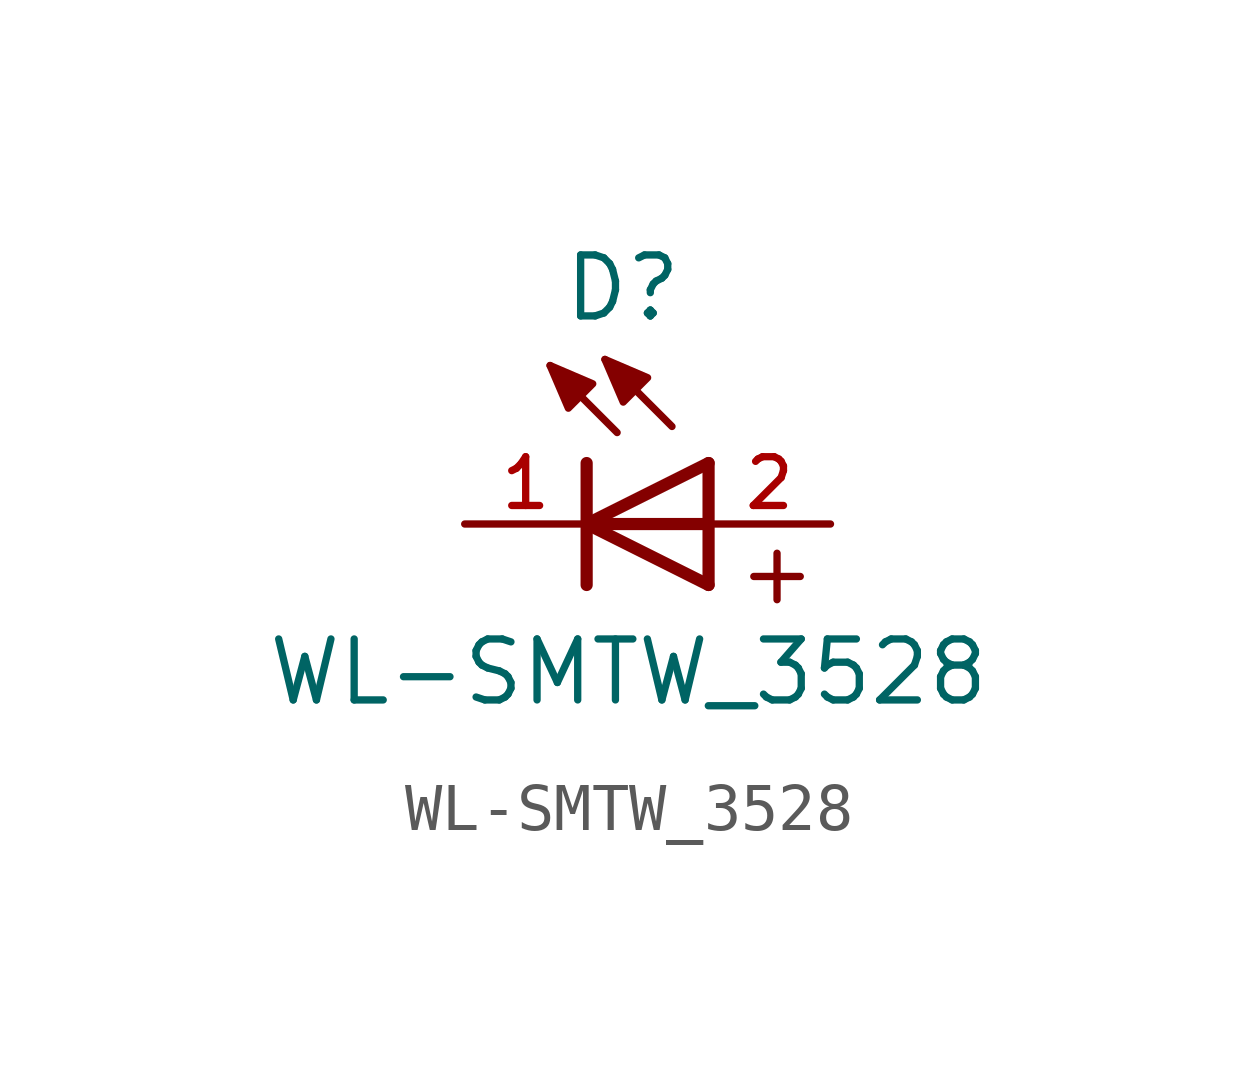
<source format=kicad_sym>
(kicad_symbol_lib
  (version 20211014)
  (generator kicad_symbol_editor)
  (symbol "WL-SMTW_3528"
    (pin_names
      (offset 1.016))
    (property "Reference" "D"
      (at 0.752 4.172 0)
      (effects (font (size 1.27 1.27)) (justify bottom)))
    (property "Value" "WL-SMTW_3528"
      (at 0.872 -3.828 0)
      (effects (font (size 1.27 1.27)) (justify bottom)))
    (symbol "WL-SMTW_3528_0_0"
      (text "+" (at 3.08 -1.74 0) (effects (font (size 1.27 1.27)) (justify bottom left)))
      (polyline (pts (xy 2.54 -1.27) (xy 0.0 0.0)) (stroke (width 0.254)))
      (polyline (pts (xy 0.0 0.0) (xy 2.54 1.27)) (stroke (width 0.254)))
      (polyline (pts (xy 0.0 -1.27) (xy 0.0 0.0)) (stroke (width 0.254)))
      (polyline (pts (xy 0.0 0.0) (xy 0.0 1.27)) (stroke (width 0.254)))
      (polyline (pts (xy 2.54 -1.27) (xy 2.54 0.0)) (stroke (width 0.254)))
      (polyline (pts (xy 2.54 0.0) (xy 2.54 1.27)) (stroke (width 0.254)))
      (polyline (pts (xy 1.778 2.032) (xy 0.381 3.429)) (stroke (width 0.152)))
      (polyline (pts (xy 0.635 1.905) (xy -0.762 3.302)) (stroke (width 0.152)))
      (polyline (pts (xy 0.0 0.0) (xy 2.54 0.0)) (stroke (width 0.254)))
      (polyline (pts (xy 0.381 3.429) (xy 1.27 3.048) (xy 0.762 2.54) (xy 0.381 3.429)) (stroke (width 0.152)) (fill (type outline)))
      (polyline (pts (xy -0.762 3.302) (xy 0.127 2.921) (xy -0.381 2.413) (xy -0.762 3.302)) (stroke (width 0.152)) (fill (type outline)))
      (pin passive line (at -2.54 0.0 0) (length 2.54) (name "~" (effects (font (size 1.016 1.016)))) (number "1" (effects (font (size 1.016 1.016)))))
      (pin passive line (at 5.08 0.0 180.0) (length 2.54) (name "~" (effects (font (size 1.016 1.016)))) (number "2" (effects (font (size 1.016 1.016))))))))
</source>
